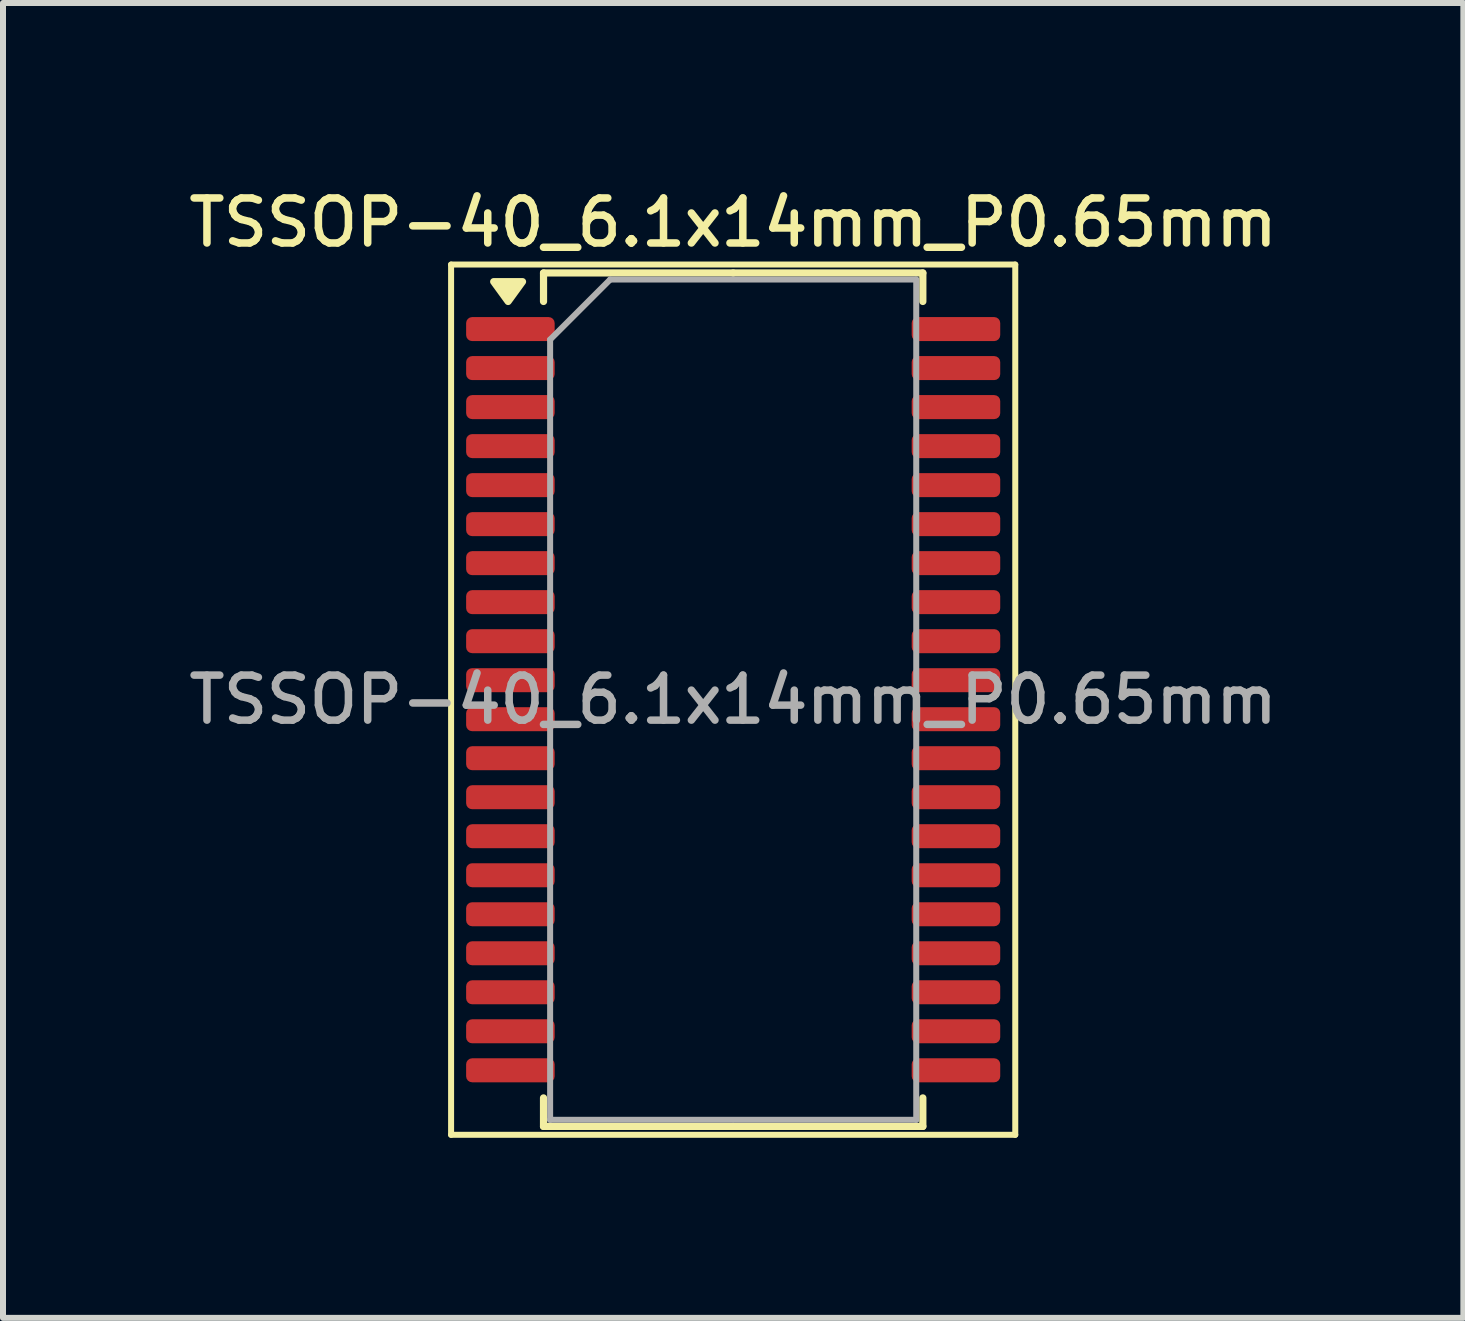
<source format=kicad_pcb>
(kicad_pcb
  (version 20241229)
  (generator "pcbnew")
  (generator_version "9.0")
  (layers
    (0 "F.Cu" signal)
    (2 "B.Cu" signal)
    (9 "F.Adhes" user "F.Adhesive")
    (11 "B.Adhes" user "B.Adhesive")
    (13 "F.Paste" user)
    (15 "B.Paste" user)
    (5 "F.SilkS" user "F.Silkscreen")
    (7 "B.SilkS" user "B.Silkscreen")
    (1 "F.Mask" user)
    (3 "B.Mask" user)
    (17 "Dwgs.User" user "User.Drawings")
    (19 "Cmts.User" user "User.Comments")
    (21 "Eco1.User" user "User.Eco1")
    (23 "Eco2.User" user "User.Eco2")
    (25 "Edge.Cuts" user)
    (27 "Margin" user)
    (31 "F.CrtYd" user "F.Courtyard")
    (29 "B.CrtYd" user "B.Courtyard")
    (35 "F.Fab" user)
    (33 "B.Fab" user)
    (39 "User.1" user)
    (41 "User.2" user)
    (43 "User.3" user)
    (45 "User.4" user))
  (footprint "TSSOP-40_6.1x14mm_P0.65mm"
    (layer "F.Cu")
    (at 9.166 8.608)
    (property "Reference" "TSSOP-40_6.1x14mm_P0.65mm" (at 0 -7.95 0) (layer "F.SilkS") (effects (font (size 0.75 0.75) (thickness 0.125))))
    (attr smd)
    (fp_line (start -4.7 -7.25) (end -4.7 7.25) (stroke (width 0.1) (type solid)) (layer "F.SilkS"))
    (fp_line (start -4.7 7.25) (end 4.7 7.25) (stroke (width 0.1) (type solid)) (layer "F.SilkS"))
    (fp_line (start -3.16 -7.11) (end -3.16 -6.635) (stroke (width 0.12) (type solid)) (layer "F.SilkS"))
    (fp_line (start -3.16 7.11) (end -3.16 6.635) (stroke (width 0.12) (type solid)) (layer "F.SilkS"))
    (fp_line (start 0 -7.11) (end -3.16 -7.11) (stroke (width 0.12) (type solid)) (layer "F.SilkS"))
    (fp_line (start 0 -7.11) (end 3.16 -7.11) (stroke (width 0.12) (type solid)) (layer "F.SilkS"))
    (fp_line (start 0 7.11) (end -3.16 7.11) (stroke (width 0.12) (type solid)) (layer "F.SilkS"))
    (fp_line (start 0 7.11) (end 3.16 7.11) (stroke (width 0.12) (type solid)) (layer "F.SilkS"))
    (fp_line (start 3.16 -7.11) (end 3.16 -6.635) (stroke (width 0.12) (type solid)) (layer "F.SilkS"))
    (fp_line (start 3.16 7.11) (end 3.16 6.635) (stroke (width 0.12) (type solid)) (layer "F.SilkS"))
    (fp_line (start 4.7 -7.25) (end -4.7 -7.25) (stroke (width 0.1) (type solid)) (layer "F.SilkS"))
    (fp_line (start 4.7 7.25) (end 4.7 -7.25) (stroke (width 0.1) (type solid)) (layer "F.SilkS"))
    (fp_poly (pts (xy -3.75 -6.635) (xy -3.99 -6.965) (xy -3.51 -6.965) (xy -3.75 -6.635)) (stroke (width 0.12) (type solid)) (fill yes) (layer "F.SilkS"))
    (fp_line (start -3.05 -6) (end -2.05 -7) (stroke (width 0.1) (type solid)) (layer "F.Fab"))
    (fp_line (start -3.05 7) (end -3.05 -6) (stroke (width 0.1) (type solid)) (layer "F.Fab"))
    (fp_line (start -2.05 -7) (end 3.05 -7) (stroke (width 0.1) (type solid)) (layer "F.Fab"))
    (fp_line (start 3.05 -7) (end 3.05 7) (stroke (width 0.1) (type solid)) (layer "F.Fab"))
    (fp_line (start 3.05 7) (end -3.05 7) (stroke (width 0.1) (type solid)) (layer "F.Fab"))
    (fp_text user "${REFERENCE}" (at 0 0 0) (layer "F.Fab") (effects (font (size 0.75 0.75) (thickness 0.125))))
    (pad "1" smd roundrect (at -3.712 -6.175) (size 1.475 0.4) (layers "F.Cu" "F.Mask" "F.Paste") (roundrect_rratio 0.25))
    (pad "2" smd roundrect (at -3.712 -5.525) (size 1.475 0.4) (layers "F.Cu" "F.Mask" "F.Paste") (roundrect_rratio 0.25))
    (pad "3" smd roundrect (at -3.712 -4.875) (size 1.475 0.4) (layers "F.Cu" "F.Mask" "F.Paste") (roundrect_rratio 0.25))
    (pad "4" smd roundrect (at -3.712 -4.225) (size 1.475 0.4) (layers "F.Cu" "F.Mask" "F.Paste") (roundrect_rratio 0.25))
    (pad "5" smd roundrect (at -3.712 -3.575) (size 1.475 0.4) (layers "F.Cu" "F.Mask" "F.Paste") (roundrect_rratio 0.25))
    (pad "6" smd roundrect (at -3.712 -2.925) (size 1.475 0.4) (layers "F.Cu" "F.Mask" "F.Paste") (roundrect_rratio 0.25))
    (pad "7" smd roundrect (at -3.712 -2.275) (size 1.475 0.4) (layers "F.Cu" "F.Mask" "F.Paste") (roundrect_rratio 0.25))
    (pad "8" smd roundrect (at -3.712 -1.625) (size 1.475 0.4) (layers "F.Cu" "F.Mask" "F.Paste") (roundrect_rratio 0.25))
    (pad "9" smd roundrect (at -3.712 -0.975) (size 1.475 0.4) (layers "F.Cu" "F.Mask" "F.Paste") (roundrect_rratio 0.25))
    (pad "10" smd roundrect (at -3.712 -0.325) (size 1.475 0.4) (layers "F.Cu" "F.Mask" "F.Paste") (roundrect_rratio 0.25))
    (pad "11" smd roundrect (at -3.712 0.325) (size 1.475 0.4) (layers "F.Cu" "F.Mask" "F.Paste") (roundrect_rratio 0.25))
    (pad "12" smd roundrect (at -3.712 0.975) (size 1.475 0.4) (layers "F.Cu" "F.Mask" "F.Paste") (roundrect_rratio 0.25))
    (pad "13" smd roundrect (at -3.712 1.625) (size 1.475 0.4) (layers "F.Cu" "F.Mask" "F.Paste") (roundrect_rratio 0.25))
    (pad "14" smd roundrect (at -3.712 2.275) (size 1.475 0.4) (layers "F.Cu" "F.Mask" "F.Paste") (roundrect_rratio 0.25))
    (pad "15" smd roundrect (at -3.712 2.925) (size 1.475 0.4) (layers "F.Cu" "F.Mask" "F.Paste") (roundrect_rratio 0.25))
    (pad "16" smd roundrect (at -3.712 3.575) (size 1.475 0.4) (layers "F.Cu" "F.Mask" "F.Paste") (roundrect_rratio 0.25))
    (pad "17" smd roundrect (at -3.712 4.225) (size 1.475 0.4) (layers "F.Cu" "F.Mask" "F.Paste") (roundrect_rratio 0.25))
    (pad "18" smd roundrect (at -3.712 4.875) (size 1.475 0.4) (layers "F.Cu" "F.Mask" "F.Paste") (roundrect_rratio 0.25))
    (pad "19" smd roundrect (at -3.712 5.525) (size 1.475 0.4) (layers "F.Cu" "F.Mask" "F.Paste") (roundrect_rratio 0.25))
    (pad "20" smd roundrect (at -3.712 6.175) (size 1.475 0.4) (layers "F.Cu" "F.Mask" "F.Paste") (roundrect_rratio 0.25))
    (pad "21" smd roundrect (at 3.712 6.175) (size 1.475 0.4) (layers "F.Cu" "F.Mask" "F.Paste") (roundrect_rratio 0.25))
    (pad "22" smd roundrect (at 3.712 5.525) (size 1.475 0.4) (layers "F.Cu" "F.Mask" "F.Paste") (roundrect_rratio 0.25))
    (pad "23" smd roundrect (at 3.712 4.875) (size 1.475 0.4) (layers "F.Cu" "F.Mask" "F.Paste") (roundrect_rratio 0.25))
    (pad "24" smd roundrect (at 3.712 4.225) (size 1.475 0.4) (layers "F.Cu" "F.Mask" "F.Paste") (roundrect_rratio 0.25))
    (pad "25" smd roundrect (at 3.712 3.575) (size 1.475 0.4) (layers "F.Cu" "F.Mask" "F.Paste") (roundrect_rratio 0.25))
    (pad "26" smd roundrect (at 3.712 2.925) (size 1.475 0.4) (layers "F.Cu" "F.Mask" "F.Paste") (roundrect_rratio 0.25))
    (pad "27" smd roundrect (at 3.712 2.275) (size 1.475 0.4) (layers "F.Cu" "F.Mask" "F.Paste") (roundrect_rratio 0.25))
    (pad "28" smd roundrect (at 3.712 1.625) (size 1.475 0.4) (layers "F.Cu" "F.Mask" "F.Paste") (roundrect_rratio 0.25))
    (pad "29" smd roundrect (at 3.712 0.975) (size 1.475 0.4) (layers "F.Cu" "F.Mask" "F.Paste") (roundrect_rratio 0.25))
    (pad "30" smd roundrect (at 3.712 0.325) (size 1.475 0.4) (layers "F.Cu" "F.Mask" "F.Paste") (roundrect_rratio 0.25))
    (pad "31" smd roundrect (at 3.712 -0.325) (size 1.475 0.4) (layers "F.Cu" "F.Mask" "F.Paste") (roundrect_rratio 0.25))
    (pad "32" smd roundrect (at 3.712 -0.975) (size 1.475 0.4) (layers "F.Cu" "F.Mask" "F.Paste") (roundrect_rratio 0.25))
    (pad "33" smd roundrect (at 3.712 -1.625) (size 1.475 0.4) (layers "F.Cu" "F.Mask" "F.Paste") (roundrect_rratio 0.25))
    (pad "34" smd roundrect (at 3.712 -2.275) (size 1.475 0.4) (layers "F.Cu" "F.Mask" "F.Paste") (roundrect_rratio 0.25))
    (pad "35" smd roundrect (at 3.712 -2.925) (size 1.475 0.4) (layers "F.Cu" "F.Mask" "F.Paste") (roundrect_rratio 0.25))
    (pad "36" smd roundrect (at 3.712 -3.575) (size 1.475 0.4) (layers "F.Cu" "F.Mask" "F.Paste") (roundrect_rratio 0.25))
    (pad "37" smd roundrect (at 3.712 -4.225) (size 1.475 0.4) (layers "F.Cu" "F.Mask" "F.Paste") (roundrect_rratio 0.25))
    (pad "38" smd roundrect (at 3.712 -4.875) (size 1.475 0.4) (layers "F.Cu" "F.Mask" "F.Paste") (roundrect_rratio 0.25))
    (pad "39" smd roundrect (at 3.712 -5.525) (size 1.475 0.4) (layers "F.Cu" "F.Mask" "F.Paste") (roundrect_rratio 0.25))
    (pad "40" smd roundrect (at 3.712 -6.175) (size 1.475 0.4) (layers "F.Cu" "F.Mask" "F.Paste") (roundrect_rratio 0.25)))
  (gr_rect
    (start -3 -3)
    (end 21.332 18.908)
    (stroke (width 0.1) (type default))
    (fill no)
    (layer "Edge.Cuts")))
</source>
